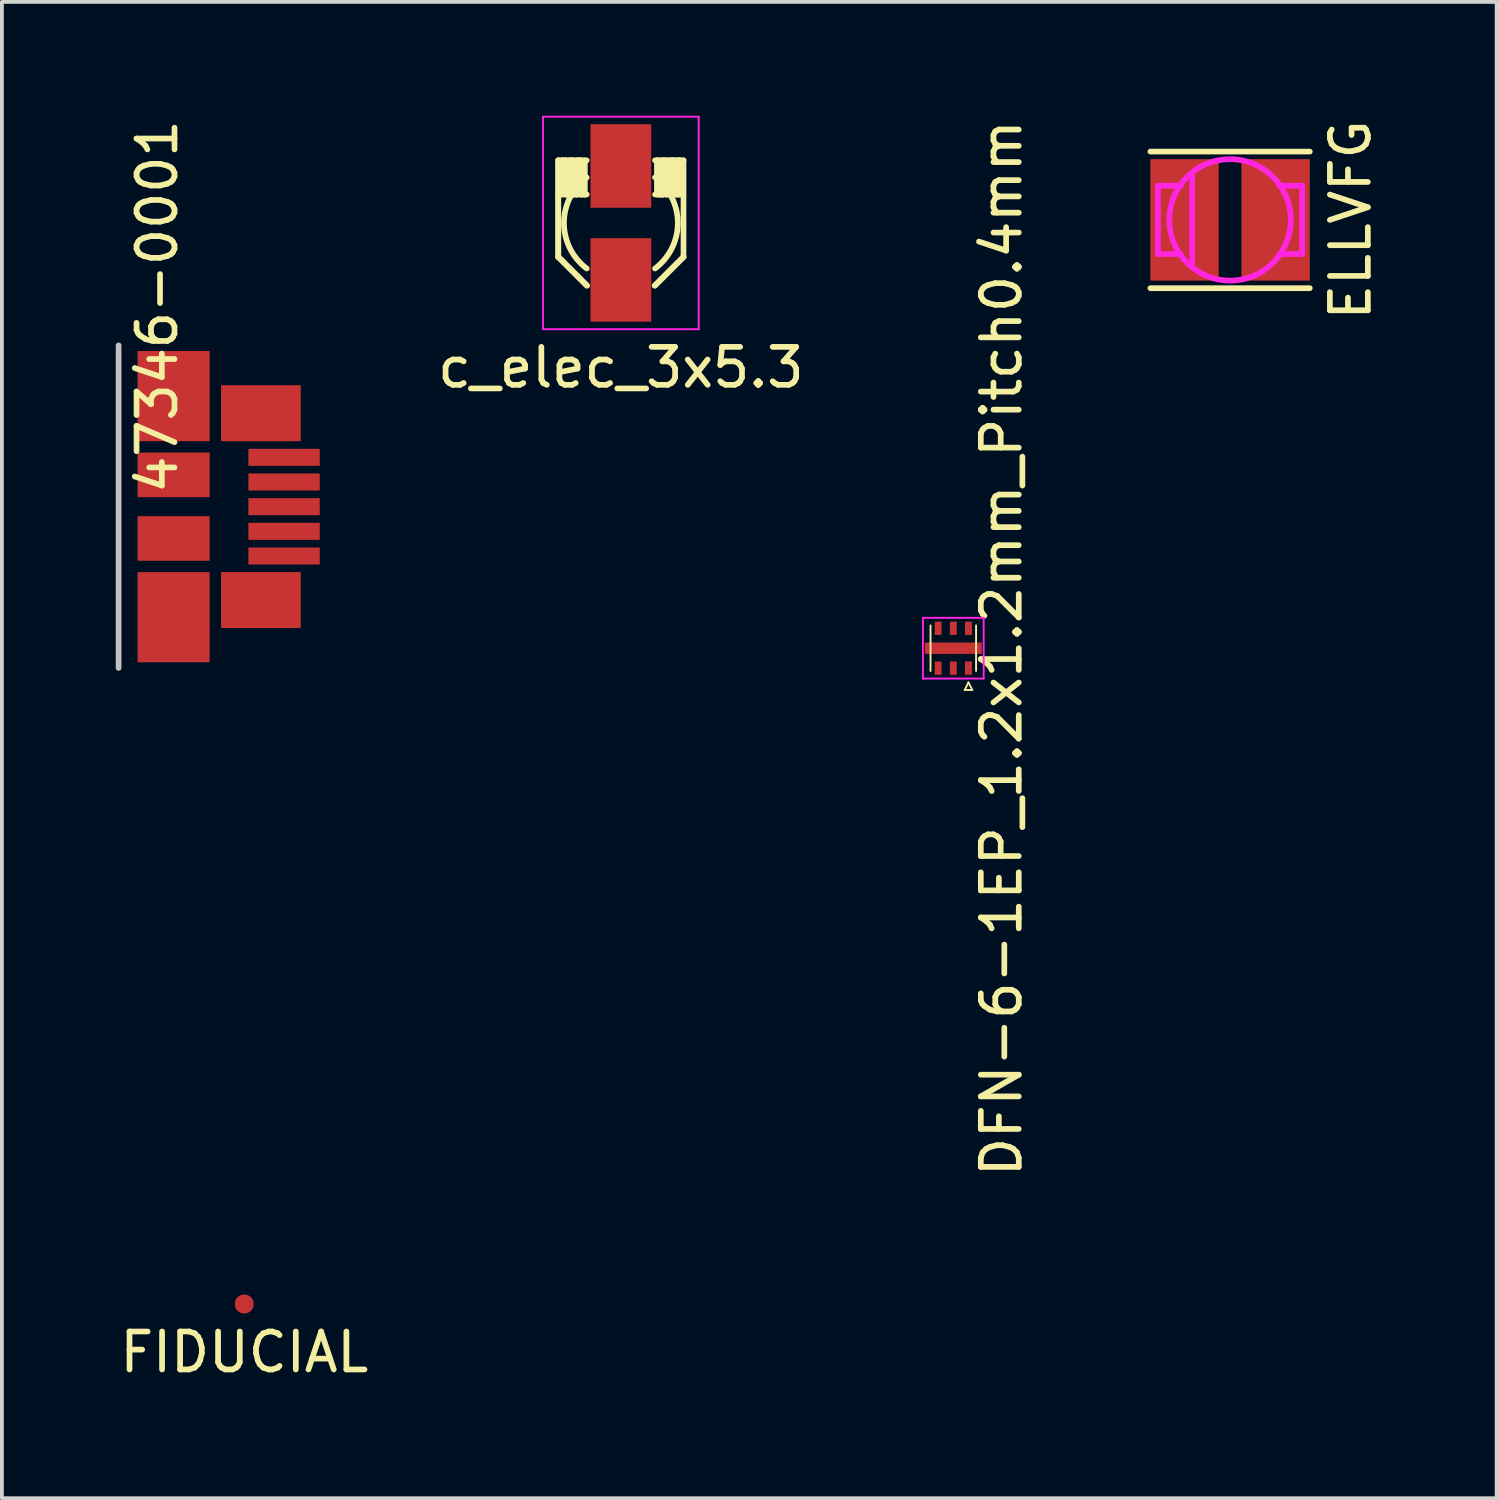
<source format=kicad_pcb>
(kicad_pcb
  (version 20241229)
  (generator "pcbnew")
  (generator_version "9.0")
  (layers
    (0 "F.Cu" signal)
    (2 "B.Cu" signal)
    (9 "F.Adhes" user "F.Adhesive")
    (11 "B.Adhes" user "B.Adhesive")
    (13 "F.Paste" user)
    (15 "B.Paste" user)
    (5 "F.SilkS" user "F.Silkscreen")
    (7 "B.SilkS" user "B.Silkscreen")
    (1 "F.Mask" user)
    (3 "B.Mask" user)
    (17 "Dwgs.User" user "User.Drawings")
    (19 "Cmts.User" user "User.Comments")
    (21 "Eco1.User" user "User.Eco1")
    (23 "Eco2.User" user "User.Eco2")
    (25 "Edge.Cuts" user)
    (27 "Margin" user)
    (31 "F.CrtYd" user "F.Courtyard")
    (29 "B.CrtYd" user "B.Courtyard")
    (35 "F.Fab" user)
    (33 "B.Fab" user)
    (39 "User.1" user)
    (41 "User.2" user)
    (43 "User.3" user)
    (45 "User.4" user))
  (footprint "c_elec_3x5.3"
    (layer "F.Cu")
    (at 13.31 2.825)
    (property "Reference" "c_elec_3x5.3" (at 0 3.81 0) (layer "F.SilkS") (effects (font (size 1 1) (thickness 0.15))))
    (attr smd)
    (fp_line (start -1.651 -1.651) (end -1.651 0.889) (stroke (width 0.15) (type solid)) (layer "F.SilkS"))
    (fp_line (start -1.651 0.889) (end -0.889 1.651) (stroke (width 0.15) (type solid)) (layer "F.SilkS"))
    (fp_line (start -1.65 -1.65) (end -1.65 0.9) (stroke (width 0.15) (type solid)) (layer "F.SilkS"))
    (fp_line (start -1.65 0.9) (end -0.9 1.65) (stroke (width 0.15) (type solid)) (layer "F.SilkS"))
    (fp_line (start -1.55 -1.65) (end -1.55 -0.75) (stroke (width 0.15) (type solid)) (layer "F.SilkS"))
    (fp_line (start -1.45 -1.65) (end -1.55 -1.65) (stroke (width 0.15) (type solid)) (layer "F.SilkS"))
    (fp_line (start -1.45 -0.75) (end -1.45 -1.65) (stroke (width 0.15) (type solid)) (layer "F.SilkS"))
    (fp_line (start -1.35 -1.65) (end -1.35 -0.75) (stroke (width 0.15) (type solid)) (layer "F.SilkS"))
    (fp_line (start -1.35 -0.75) (end -1.45 -0.75) (stroke (width 0.15) (type solid)) (layer "F.SilkS"))
    (fp_line (start -1.25 -1.65) (end -1.35 -1.65) (stroke (width 0.15) (type solid)) (layer "F.SilkS"))
    (fp_line (start -1.25 -0.75) (end -1.25 -1.65) (stroke (width 0.15) (type solid)) (layer "F.SilkS"))
    (fp_line (start -1.15 -1.65) (end -1.15 -0.75) (stroke (width 0.15) (type solid)) (layer "F.SilkS"))
    (fp_line (start -1.15 -0.75) (end -1.25 -0.75) (stroke (width 0.15) (type solid)) (layer "F.SilkS"))
    (fp_line (start -1.05 -1.65) (end -1.15 -1.65) (stroke (width 0.15) (type solid)) (layer "F.SilkS"))
    (fp_line (start -1.05 -0.75) (end -1.05 -1.65) (stroke (width 0.15) (type solid)) (layer "F.SilkS"))
    (fp_line (start -0.95 -1.65) (end -0.95 -0.75) (stroke (width 0.15) (type solid)) (layer "F.SilkS"))
    (fp_line (start -0.95 -0.75) (end -1.05 -0.75) (stroke (width 0.15) (type solid)) (layer "F.SilkS"))
    (fp_line (start -0.9 -1.65) (end -1.65 -1.65) (stroke (width 0.15) (type solid)) (layer "F.SilkS"))
    (fp_line (start -0.9 -0.75) (end -1.65 -0.75) (stroke (width 0.15) (type solid)) (layer "F.SilkS"))
    (fp_line (start 0.889 1.651) (end 1.651 0.889) (stroke (width 0.15) (type solid)) (layer "F.SilkS"))
    (fp_line (start 0.9 -1.65) (end 1.65 -1.65) (stroke (width 0.15) (type solid)) (layer "F.SilkS"))
    (fp_line (start 0.95 -0.75) (end 0.95 -1.65) (stroke (width 0.15) (type solid)) (layer "F.SilkS"))
    (fp_line (start 1 -1.65) (end 1 -0.75) (stroke (width 0.15) (type solid)) (layer "F.SilkS"))
    (fp_line (start 1 -0.75) (end 1.1 -0.75) (stroke (width 0.15) (type solid)) (layer "F.SilkS"))
    (fp_line (start 1.05 -0.75) (end 1.1 -0.75) (stroke (width 0.15) (type solid)) (layer "F.SilkS"))
    (fp_line (start 1.1 -1.65) (end 1.2 -1.65) (stroke (width 0.15) (type solid)) (layer "F.SilkS"))
    (fp_line (start 1.1 -0.75) (end 1.1 -1.65) (stroke (width 0.15) (type solid)) (layer "F.SilkS"))
    (fp_line (start 1.2 -1.65) (end 1.2 -0.75) (stroke (width 0.15) (type solid)) (layer "F.SilkS"))
    (fp_line (start 1.2 -0.75) (end 1.3 -0.75) (stroke (width 0.15) (type solid)) (layer "F.SilkS"))
    (fp_line (start 1.3 -1.65) (end 1.4 -1.65) (stroke (width 0.15) (type solid)) (layer "F.SilkS"))
    (fp_line (start 1.3 -0.75) (end 1.3 -1.65) (stroke (width 0.15) (type solid)) (layer "F.SilkS"))
    (fp_line (start 1.4 -1.65) (end 1.4 -0.75) (stroke (width 0.15) (type solid)) (layer "F.SilkS"))
    (fp_line (start 1.4 -0.75) (end 1.5 -0.75) (stroke (width 0.15) (type solid)) (layer "F.SilkS"))
    (fp_line (start 1.5 -1.65) (end 1.55 -1.65) (stroke (width 0.15) (type solid)) (layer "F.SilkS"))
    (fp_line (start 1.5 -0.75) (end 1.5 -1.65) (stroke (width 0.15) (type solid)) (layer "F.SilkS"))
    (fp_line (start 1.55 -1.65) (end 1.55 -0.75) (stroke (width 0.15) (type solid)) (layer "F.SilkS"))
    (fp_line (start 1.6 -0.75) (end 0.9 -0.75) (stroke (width 0.15) (type solid)) (layer "F.SilkS"))
    (fp_line (start 1.65 -1.65) (end 1.65 0.9) (stroke (width 0.15) (type solid)) (layer "F.SilkS"))
    (fp_line (start 1.65 0.9) (end 0.9 1.65) (stroke (width 0.15) (type solid)) (layer "F.SilkS"))
    (fp_arc (start -0.9 1.2) (mid -1.5 0) (end -0.9 -1.2) (stroke (width 0.15) (type solid)) (layer "F.SilkS"))
    (fp_arc (start 0.9 -1.2) (mid 1.5 0) (end 0.9 1.2) (stroke (width 0.15) (type solid)) (layer "F.SilkS"))
    (fp_line (start -2.05 -2.8) (end -2.05 2.8) (stroke (width 0.05) (type solid)) (layer "F.CrtYd"))
    (fp_line (start -2.05 2.8) (end 2.05 2.8) (stroke (width 0.05) (type solid)) (layer "F.CrtYd"))
    (fp_line (start 2.05 -2.8) (end -2.05 -2.8) (stroke (width 0.05) (type solid)) (layer "F.CrtYd"))
    (fp_line (start 2.05 2.8) (end 2.05 -2.8) (stroke (width 0.05) (type solid)) (layer "F.CrtYd"))
    (pad "1" smd rect (at 0 1.501 270) (size 2.2 1.6) (layers "F.Cu" "F.Mask" "F.Paste"))
    (pad "2" smd rect (at 0 -1.501 270) (size 2.2 1.6) (layers "F.Cu" "F.Mask" "F.Paste")))
  (footprint "DFN-6-1EP_1.2x1.2mm_Pitch0.4mm"
    (layer "F.Cu")
    (at 22.069 14.03)
    (property "Reference" "DFN-6-1EP_1.2x1.2mm_Pitch0.4mm" (at 1.27 0 270) (layer "F.SilkS") (effects (font (size 1 1) (thickness 0.15))))
    (attr smd)
    (fp_line (start -0.6 0.6) (end -0.6 -0.6) (stroke (width 0.05) (type solid)) (layer "F.SilkS"))
    (fp_line (start 0.3 1.1) (end 0.4 0.9) (stroke (width 0.05) (type solid)) (layer "F.SilkS"))
    (fp_line (start 0.4 0.9) (end 0.5 1.1) (stroke (width 0.05) (type solid)) (layer "F.SilkS"))
    (fp_line (start 0.5 1.1) (end 0.3 1.1) (stroke (width 0.05) (type solid)) (layer "F.SilkS"))
    (fp_line (start 0.6 0.6) (end 0.6 -0.6) (stroke (width 0.05) (type solid)) (layer "F.SilkS"))
    (fp_line (start -0.8 -0.8) (end -0.8 0.8) (stroke (width 0.05) (type solid)) (layer "F.CrtYd"))
    (fp_line (start -0.8 0.8) (end 0.8 0.8) (stroke (width 0.05) (type solid)) (layer "F.CrtYd"))
    (fp_line (start 0.8 -0.8) (end -0.8 -0.8) (stroke (width 0.05) (type solid)) (layer "F.CrtYd"))
    (fp_line (start 0.8 0.8) (end 0.8 -0.8) (stroke (width 0.05) (type solid)) (layer "F.CrtYd"))
    (pad "1" smd rect (at 0.4 0.525 90) (size 0.35 0.18) (layers "F.Cu" "F.Mask" "F.Paste"))
    (pad "2" smd rect (at 0 0.525 90) (size 0.35 0.18) (layers "F.Cu" "F.Mask" "F.Paste"))
    (pad "3" smd rect (at -0.4 0.525 90) (size 0.35 0.18) (layers "F.Cu" "F.Mask" "F.Paste"))
    (pad "4" smd rect (at -0.4 -0.525 90) (size 0.35 0.18) (layers "F.Cu" "F.Mask" "F.Paste"))
    (pad "5" smd rect (at 0 -0.525 90) (size 0.35 0.18) (layers "F.Cu" "F.Mask" "F.Paste"))
    (pad "6" smd rect (at 0.4 -0.525 90) (size 0.35 0.18) (layers "F.Cu" "F.Mask" "F.Paste"))
    (pad "7" smd rect (at 0 0 90) (size 0.3 1.5) (layers "F.Cu" "F.Mask" "F.Paste")))
  (footprint "47346-0001"
    (layer "F.Cu")
    (at 1.525 10.3)
    (property "Reference" "47346-0001" (at -0.432 -5.271 90) (layer "F.SilkS") (effects (font (size 1 1) (thickness 0.15))))
    (attr through_hole)
    (fp_line (start -1.45 -4.25) (end -1.45 4.25) (stroke (width 0.15) (type solid)) (layer "Dwgs.User"))
    (pad "1" smd rect (at 2.91 -1.3) (size 1.88 0.45) (layers "F.Cu" "F.Mask" "F.Paste"))
    (pad "2" smd rect (at 2.91 -0.65) (size 1.88 0.45) (layers "F.Cu" "F.Mask" "F.Paste"))
    (pad "3" smd rect (at 2.91 0) (size 1.88 0.45) (layers "F.Cu" "F.Mask" "F.Paste"))
    (pad "4" smd rect (at 2.91 0.65) (size 1.88 0.45) (layers "F.Cu" "F.Mask" "F.Paste"))
    (pad "5" smd rect (at 2.91 1.3) (size 1.88 0.45) (layers "F.Cu" "F.Mask" "F.Paste"))
    (pad "6" smd rect (at 0 -2.913) (size 1.9 2.375) (layers "F.Cu" "F.Mask" "F.Paste"))
    (pad "6" smd rect (at 0 -0.838) (size 1.9 1.175) (layers "F.Cu" "F.Mask" "F.Paste"))
    (pad "6" smd rect (at 0 0.838) (size 1.9 1.175) (layers "F.Cu" "F.Mask" "F.Paste"))
    (pad "6" smd rect (at 0 2.913) (size 1.9 2.375) (layers "F.Cu" "F.Mask" "F.Paste"))
    (pad "6" smd rect (at 2.3 -2.462) (size 2.1 1.475) (layers "F.Cu" "F.Mask" "F.Paste"))
    (pad "6" smd rect (at 2.3 2.462) (size 2.1 1.475) (layers "F.Cu" "F.Mask" "F.Paste")))
  (footprint "FIDUCIAL"
    (layer "F.Cu")
    (at 3.387 31.31)
    (property "Reference" "FIDUCIAL" (at 0 1.27 0) (layer "F.SilkS") (effects (font (size 1 1) (thickness 0.15))))
    (attr through_hole)
    (pad "1" smd circle (at 0 0) (size 0.5 0.5) (layers "F.Cu" "F.Mask" "F.Paste")))
  (footprint "ELLVFG"
    (layer "F.Cu")
    (at 29.362 2.744)
    (property "Reference" "ELLVFG" (at 3.175 0 90) (layer "F.SilkS") (effects (font (size 1 1) (thickness 0.15))))
    (attr through_hole)
    (fp_line (start -2.1 -1.8) (end 2.1 -1.8) (stroke (width 0.15) (type solid)) (layer "F.SilkS"))
    (fp_line (start -2.1 1.8) (end 2.1 1.8) (stroke (width 0.15) (type solid)) (layer "F.SilkS"))
    (fp_line (start -1.9 -0.9) (end -1.9 0.9) (stroke (width 0.15) (type solid)) (layer "F.CrtYd"))
    (fp_line (start -1.9 0.9) (end -1.3 0.9) (stroke (width 0.15) (type solid)) (layer "F.CrtYd"))
    (fp_line (start -1.3 -0.9) (end -1.9 -0.9) (stroke (width 0.15) (type solid)) (layer "F.CrtYd"))
    (fp_line (start -1 -1.2) (end -1 1.2) (stroke (width 0.15) (type solid)) (layer "F.CrtYd"))
    (fp_line (start 1.3 -0.9) (end 1.9 -0.9) (stroke (width 0.15) (type solid)) (layer "F.CrtYd"))
    (fp_line (start 1.9 -0.9) (end 1.9 0.9) (stroke (width 0.15) (type solid)) (layer "F.CrtYd"))
    (fp_line (start 1.9 0.9) (end 1.3 0.9) (stroke (width 0.15) (type solid)) (layer "F.CrtYd"))
    (fp_circle (center 0 0) (end -1.6 0) (stroke (width 0.15) (type solid)) (fill no) (layer "F.CrtYd"))
    (pad "1" smd trapezoid (at -1.2 0) (size 1.8 3.2) (layers "F.Cu" "F.Mask" "F.Paste"))
    (pad "2" smd trapezoid (at 1.2 0) (size 1.8 3.2) (layers "F.Cu" "F.Mask" "F.Paste")))
  (gr_rect
    (start -3 -3)
    (end 36.386 36.428)
    (stroke (width 0.1) (type default))
    (fill no)
    (layer "Edge.Cuts")))
</source>
